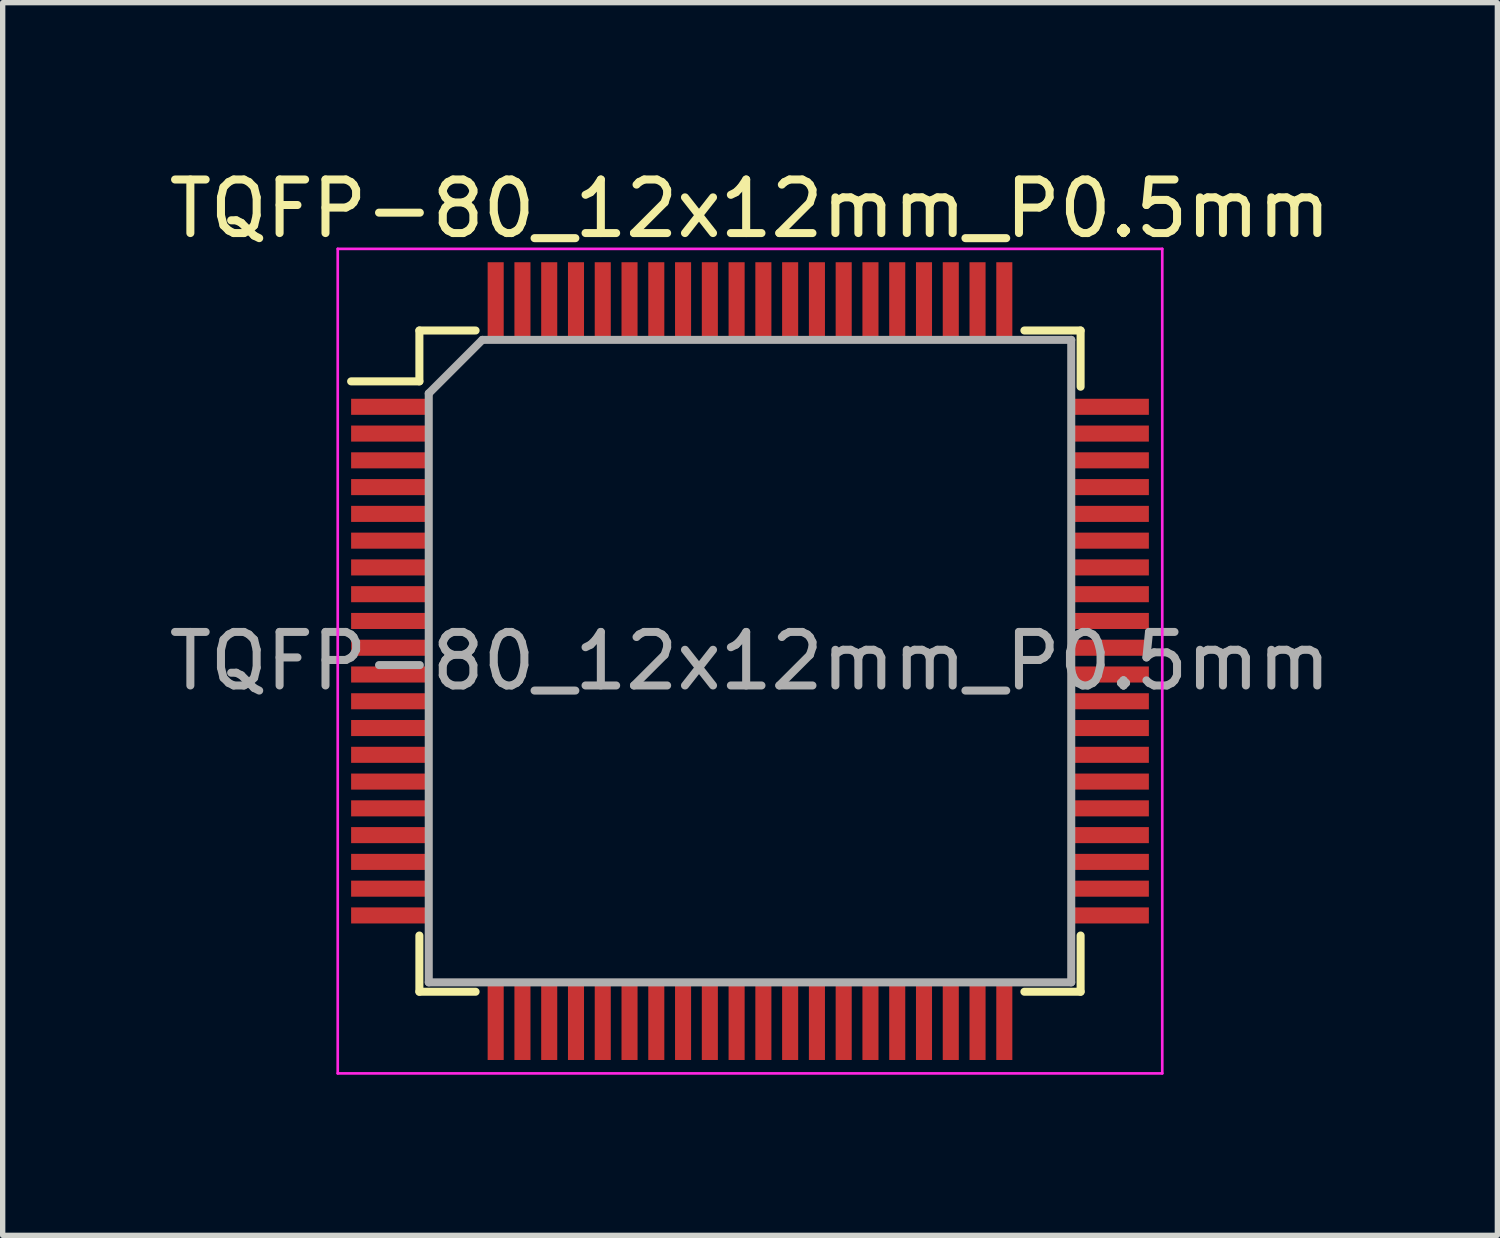
<source format=kicad_pcb>
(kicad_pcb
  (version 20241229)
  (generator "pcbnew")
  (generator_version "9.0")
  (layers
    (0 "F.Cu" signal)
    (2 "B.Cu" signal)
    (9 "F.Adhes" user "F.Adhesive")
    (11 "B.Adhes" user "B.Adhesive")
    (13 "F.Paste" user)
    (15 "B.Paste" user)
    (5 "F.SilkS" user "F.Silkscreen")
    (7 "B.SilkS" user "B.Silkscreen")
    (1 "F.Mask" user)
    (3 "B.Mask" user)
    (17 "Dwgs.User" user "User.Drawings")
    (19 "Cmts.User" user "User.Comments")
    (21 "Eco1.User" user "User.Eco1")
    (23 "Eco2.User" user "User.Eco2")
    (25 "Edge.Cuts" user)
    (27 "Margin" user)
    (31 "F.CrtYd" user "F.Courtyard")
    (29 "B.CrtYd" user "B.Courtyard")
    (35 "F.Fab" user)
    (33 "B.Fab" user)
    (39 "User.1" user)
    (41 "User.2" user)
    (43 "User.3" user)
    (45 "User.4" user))
  (footprint "TQFP-80_12x12mm_P0.5mm"
    (layer "F.Cu")
    (at 10.958 9.298)
    (property "Reference" "TQFP-80_12x12mm_P0.5mm" (at 0 -8.45 0) (layer "F.SilkS") (effects (font (size 1 1) (thickness 0.15))))
    (attr smd)
    (fp_line (start -6.175 -6.175) (end -6.175 -5.225) (stroke (width 0.15) (type solid)) (layer "F.SilkS"))
    (fp_line (start -6.175 -6.175) (end -5.125 -6.175) (stroke (width 0.15) (type solid)) (layer "F.SilkS"))
    (fp_line (start -6.175 -5.225) (end -7.45 -5.225) (stroke (width 0.15) (type solid)) (layer "F.SilkS"))
    (fp_line (start -6.175 6.175) (end -6.175 5.125) (stroke (width 0.15) (type solid)) (layer "F.SilkS"))
    (fp_line (start -6.175 6.175) (end -5.125 6.175) (stroke (width 0.15) (type solid)) (layer "F.SilkS"))
    (fp_line (start 6.175 -6.175) (end 5.125 -6.175) (stroke (width 0.15) (type solid)) (layer "F.SilkS"))
    (fp_line (start 6.175 -6.175) (end 6.175 -5.125) (stroke (width 0.15) (type solid)) (layer "F.SilkS"))
    (fp_line (start 6.175 6.175) (end 5.125 6.175) (stroke (width 0.15) (type solid)) (layer "F.SilkS"))
    (fp_line (start 6.175 6.175) (end 6.175 5.125) (stroke (width 0.15) (type solid)) (layer "F.SilkS"))
    (fp_line (start -7.7 -7.7) (end -7.7 7.7) (stroke (width 0.05) (type solid)) (layer "F.CrtYd"))
    (fp_line (start -7.7 -7.7) (end 7.7 -7.7) (stroke (width 0.05) (type solid)) (layer "F.CrtYd"))
    (fp_line (start -7.7 7.7) (end 7.7 7.7) (stroke (width 0.05) (type solid)) (layer "F.CrtYd"))
    (fp_line (start 7.7 -7.7) (end 7.7 7.7) (stroke (width 0.05) (type solid)) (layer "F.CrtYd"))
    (fp_line (start -6 -5) (end -5 -6) (stroke (width 0.15) (type solid)) (layer "F.Fab"))
    (fp_line (start -6 6) (end -6 -5) (stroke (width 0.15) (type solid)) (layer "F.Fab"))
    (fp_line (start -5 -6) (end 6 -6) (stroke (width 0.15) (type solid)) (layer "F.Fab"))
    (fp_line (start 6 -6) (end 6 6) (stroke (width 0.15) (type solid)) (layer "F.Fab"))
    (fp_line (start 6 6) (end -6 6) (stroke (width 0.15) (type solid)) (layer "F.Fab"))
    (fp_text user "${REFERENCE}" (at 0 0 0) (layer "F.Fab") (effects (font (size 1 1) (thickness 0.15))))
    (pad "1" smd rect (at -6.7 -4.75) (size 1.5 0.3) (layers "F.Cu" "F.Mask" "F.Paste"))
    (pad "2" smd rect (at -6.7 -4.25) (size 1.5 0.3) (layers "F.Cu" "F.Mask" "F.Paste"))
    (pad "3" smd rect (at -6.7 -3.75) (size 1.5 0.3) (layers "F.Cu" "F.Mask" "F.Paste"))
    (pad "4" smd rect (at -6.7 -3.25) (size 1.5 0.3) (layers "F.Cu" "F.Mask" "F.Paste"))
    (pad "5" smd rect (at -6.7 -2.75) (size 1.5 0.3) (layers "F.Cu" "F.Mask" "F.Paste"))
    (pad "6" smd rect (at -6.7 -2.25) (size 1.5 0.3) (layers "F.Cu" "F.Mask" "F.Paste"))
    (pad "7" smd rect (at -6.7 -1.75) (size 1.5 0.3) (layers "F.Cu" "F.Mask" "F.Paste"))
    (pad "8" smd rect (at -6.7 -1.25) (size 1.5 0.3) (layers "F.Cu" "F.Mask" "F.Paste"))
    (pad "9" smd rect (at -6.7 -0.75) (size 1.5 0.3) (layers "F.Cu" "F.Mask" "F.Paste"))
    (pad "10" smd rect (at -6.7 -0.25) (size 1.5 0.3) (layers "F.Cu" "F.Mask" "F.Paste"))
    (pad "11" smd rect (at -6.7 0.25) (size 1.5 0.3) (layers "F.Cu" "F.Mask" "F.Paste"))
    (pad "12" smd rect (at -6.7 0.75) (size 1.5 0.3) (layers "F.Cu" "F.Mask" "F.Paste"))
    (pad "13" smd rect (at -6.7 1.25) (size 1.5 0.3) (layers "F.Cu" "F.Mask" "F.Paste"))
    (pad "14" smd rect (at -6.7 1.75) (size 1.5 0.3) (layers "F.Cu" "F.Mask" "F.Paste"))
    (pad "15" smd rect (at -6.7 2.25) (size 1.5 0.3) (layers "F.Cu" "F.Mask" "F.Paste"))
    (pad "16" smd rect (at -6.7 2.75) (size 1.5 0.3) (layers "F.Cu" "F.Mask" "F.Paste"))
    (pad "17" smd rect (at -6.7 3.25) (size 1.5 0.3) (layers "F.Cu" "F.Mask" "F.Paste"))
    (pad "18" smd rect (at -6.7 3.75) (size 1.5 0.3) (layers "F.Cu" "F.Mask" "F.Paste"))
    (pad "19" smd rect (at -6.7 4.25) (size 1.5 0.3) (layers "F.Cu" "F.Mask" "F.Paste"))
    (pad "20" smd rect (at -6.7 4.75) (size 1.5 0.3) (layers "F.Cu" "F.Mask" "F.Paste"))
    (pad "21" smd rect (at -4.75 6.7 90) (size 1.5 0.3) (layers "F.Cu" "F.Mask" "F.Paste"))
    (pad "22" smd rect (at -4.25 6.7 90) (size 1.5 0.3) (layers "F.Cu" "F.Mask" "F.Paste"))
    (pad "23" smd rect (at -3.75 6.7 90) (size 1.5 0.3) (layers "F.Cu" "F.Mask" "F.Paste"))
    (pad "24" smd rect (at -3.25 6.7 90) (size 1.5 0.3) (layers "F.Cu" "F.Mask" "F.Paste"))
    (pad "25" smd rect (at -2.75 6.7 90) (size 1.5 0.3) (layers "F.Cu" "F.Mask" "F.Paste"))
    (pad "26" smd rect (at -2.25 6.7 90) (size 1.5 0.3) (layers "F.Cu" "F.Mask" "F.Paste"))
    (pad "27" smd rect (at -1.75 6.7 90) (size 1.5 0.3) (layers "F.Cu" "F.Mask" "F.Paste"))
    (pad "28" smd rect (at -1.25 6.7 90) (size 1.5 0.3) (layers "F.Cu" "F.Mask" "F.Paste"))
    (pad "29" smd rect (at -0.75 6.7 90) (size 1.5 0.3) (layers "F.Cu" "F.Mask" "F.Paste"))
    (pad "30" smd rect (at -0.25 6.7 90) (size 1.5 0.3) (layers "F.Cu" "F.Mask" "F.Paste"))
    (pad "31" smd rect (at 0.25 6.7 90) (size 1.5 0.3) (layers "F.Cu" "F.Mask" "F.Paste"))
    (pad "32" smd rect (at 0.75 6.7 90) (size 1.5 0.3) (layers "F.Cu" "F.Mask" "F.Paste"))
    (pad "33" smd rect (at 1.25 6.7 90) (size 1.5 0.3) (layers "F.Cu" "F.Mask" "F.Paste"))
    (pad "34" smd rect (at 1.75 6.7 90) (size 1.5 0.3) (layers "F.Cu" "F.Mask" "F.Paste"))
    (pad "35" smd rect (at 2.25 6.7 90) (size 1.5 0.3) (layers "F.Cu" "F.Mask" "F.Paste"))
    (pad "36" smd rect (at 2.75 6.7 90) (size 1.5 0.3) (layers "F.Cu" "F.Mask" "F.Paste"))
    (pad "37" smd rect (at 3.25 6.7 90) (size 1.5 0.3) (layers "F.Cu" "F.Mask" "F.Paste"))
    (pad "38" smd rect (at 3.75 6.7 90) (size 1.5 0.3) (layers "F.Cu" "F.Mask" "F.Paste"))
    (pad "39" smd rect (at 4.25 6.7 90) (size 1.5 0.3) (layers "F.Cu" "F.Mask" "F.Paste"))
    (pad "40" smd rect (at 4.75 6.7 90) (size 1.5 0.3) (layers "F.Cu" "F.Mask" "F.Paste"))
    (pad "41" smd rect (at 6.7 4.75) (size 1.5 0.3) (layers "F.Cu" "F.Mask" "F.Paste"))
    (pad "42" smd rect (at 6.7 4.25) (size 1.5 0.3) (layers "F.Cu" "F.Mask" "F.Paste"))
    (pad "43" smd rect (at 6.7 3.75) (size 1.5 0.3) (layers "F.Cu" "F.Mask" "F.Paste"))
    (pad "44" smd rect (at 6.7 3.25) (size 1.5 0.3) (layers "F.Cu" "F.Mask" "F.Paste"))
    (pad "45" smd rect (at 6.7 2.75) (size 1.5 0.3) (layers "F.Cu" "F.Mask" "F.Paste"))
    (pad "46" smd rect (at 6.7 2.25) (size 1.5 0.3) (layers "F.Cu" "F.Mask" "F.Paste"))
    (pad "47" smd rect (at 6.7 1.75) (size 1.5 0.3) (layers "F.Cu" "F.Mask" "F.Paste"))
    (pad "48" smd rect (at 6.7 1.25) (size 1.5 0.3) (layers "F.Cu" "F.Mask" "F.Paste"))
    (pad "49" smd rect (at 6.7 0.75) (size 1.5 0.3) (layers "F.Cu" "F.Mask" "F.Paste"))
    (pad "50" smd rect (at 6.7 0.25) (size 1.5 0.3) (layers "F.Cu" "F.Mask" "F.Paste"))
    (pad "51" smd rect (at 6.7 -0.25) (size 1.5 0.3) (layers "F.Cu" "F.Mask" "F.Paste"))
    (pad "52" smd rect (at 6.7 -0.75) (size 1.5 0.3) (layers "F.Cu" "F.Mask" "F.Paste"))
    (pad "53" smd rect (at 6.7 -1.25) (size 1.5 0.3) (layers "F.Cu" "F.Mask" "F.Paste"))
    (pad "54" smd rect (at 6.7 -1.75) (size 1.5 0.3) (layers "F.Cu" "F.Mask" "F.Paste"))
    (pad "55" smd rect (at 6.7 -2.25) (size 1.5 0.3) (layers "F.Cu" "F.Mask" "F.Paste"))
    (pad "56" smd rect (at 6.7 -2.75) (size 1.5 0.3) (layers "F.Cu" "F.Mask" "F.Paste"))
    (pad "57" smd rect (at 6.7 -3.25) (size 1.5 0.3) (layers "F.Cu" "F.Mask" "F.Paste"))
    (pad "58" smd rect (at 6.7 -3.75) (size 1.5 0.3) (layers "F.Cu" "F.Mask" "F.Paste"))
    (pad "59" smd rect (at 6.7 -4.25) (size 1.5 0.3) (layers "F.Cu" "F.Mask" "F.Paste"))
    (pad "60" smd rect (at 6.7 -4.75) (size 1.5 0.3) (layers "F.Cu" "F.Mask" "F.Paste"))
    (pad "61" smd rect (at 4.75 -6.7 90) (size 1.5 0.3) (layers "F.Cu" "F.Mask" "F.Paste"))
    (pad "62" smd rect (at 4.25 -6.7 90) (size 1.5 0.3) (layers "F.Cu" "F.Mask" "F.Paste"))
    (pad "63" smd rect (at 3.75 -6.7 90) (size 1.5 0.3) (layers "F.Cu" "F.Mask" "F.Paste"))
    (pad "64" smd rect (at 3.25 -6.7 90) (size 1.5 0.3) (layers "F.Cu" "F.Mask" "F.Paste"))
    (pad "65" smd rect (at 2.75 -6.7 90) (size 1.5 0.3) (layers "F.Cu" "F.Mask" "F.Paste"))
    (pad "66" smd rect (at 2.25 -6.7 90) (size 1.5 0.3) (layers "F.Cu" "F.Mask" "F.Paste"))
    (pad "67" smd rect (at 1.75 -6.7 90) (size 1.5 0.3) (layers "F.Cu" "F.Mask" "F.Paste"))
    (pad "68" smd rect (at 1.25 -6.7 90) (size 1.5 0.3) (layers "F.Cu" "F.Mask" "F.Paste"))
    (pad "69" smd rect (at 0.75 -6.7 90) (size 1.5 0.3) (layers "F.Cu" "F.Mask" "F.Paste"))
    (pad "70" smd rect (at 0.25 -6.7 90) (size 1.5 0.3) (layers "F.Cu" "F.Mask" "F.Paste"))
    (pad "71" smd rect (at -0.25 -6.7 90) (size 1.5 0.3) (layers "F.Cu" "F.Mask" "F.Paste"))
    (pad "72" smd rect (at -0.75 -6.7 90) (size 1.5 0.3) (layers "F.Cu" "F.Mask" "F.Paste"))
    (pad "73" smd rect (at -1.25 -6.7 90) (size 1.5 0.3) (layers "F.Cu" "F.Mask" "F.Paste"))
    (pad "74" smd rect (at -1.75 -6.7 90) (size 1.5 0.3) (layers "F.Cu" "F.Mask" "F.Paste"))
    (pad "75" smd rect (at -2.25 -6.7 90) (size 1.5 0.3) (layers "F.Cu" "F.Mask" "F.Paste"))
    (pad "76" smd rect (at -2.75 -6.7 90) (size 1.5 0.3) (layers "F.Cu" "F.Mask" "F.Paste"))
    (pad "77" smd rect (at -3.25 -6.7 90) (size 1.5 0.3) (layers "F.Cu" "F.Mask" "F.Paste"))
    (pad "78" smd rect (at -3.75 -6.7 90) (size 1.5 0.3) (layers "F.Cu" "F.Mask" "F.Paste"))
    (pad "79" smd rect (at -4.25 -6.7 90) (size 1.5 0.3) (layers "F.Cu" "F.Mask" "F.Paste"))
    (pad "80" smd rect (at -4.75 -6.7 90) (size 1.5 0.3) (layers "F.Cu" "F.Mask" "F.Paste")))
  (gr_rect
    (start -3 -3)
    (end 24.917 20.023)
    (stroke (width 0.1) (type default))
    (fill no)
    (layer "Edge.Cuts")))
</source>
